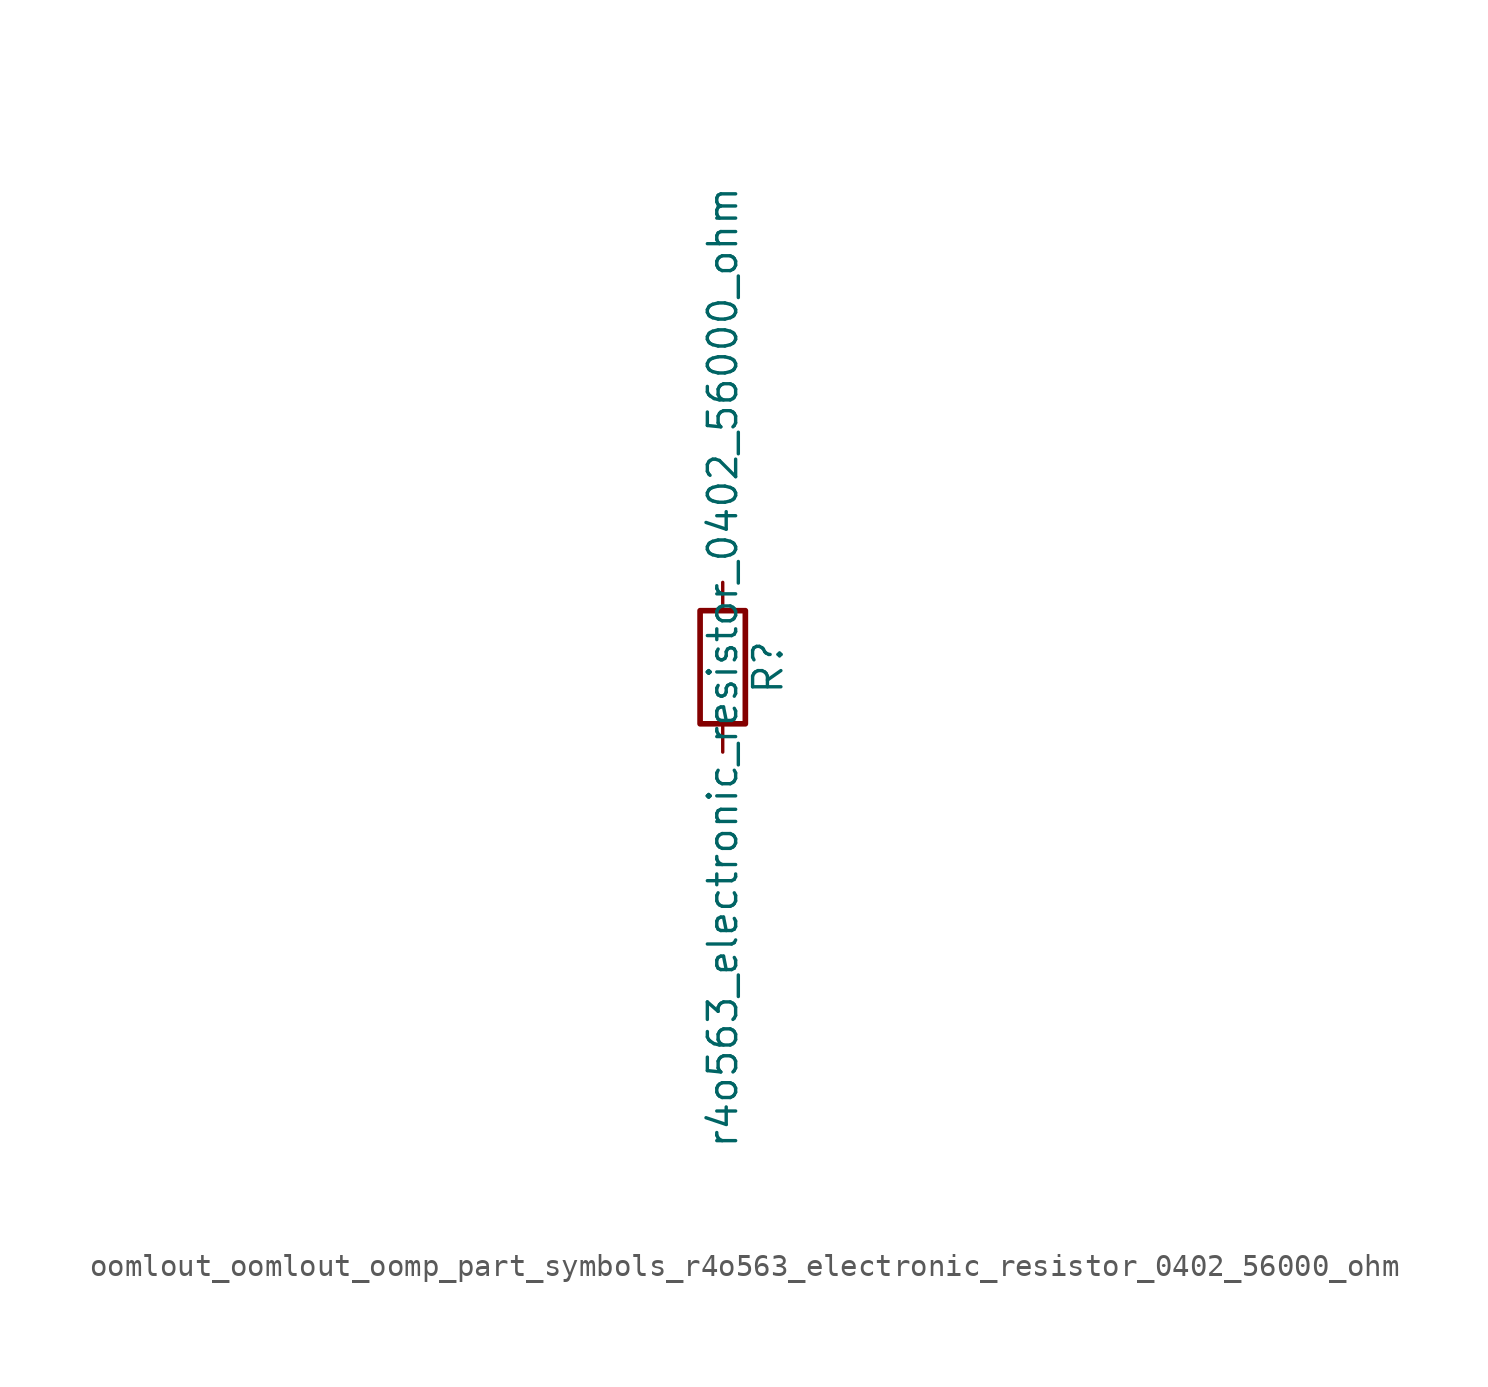
<source format=kicad_sym>
(kicad_symbol_lib
  (version 20220914)
  (generator kicad_symbol_editor)
  (symbol "oomlout_oomlout_oomp_part_symbols_r4o563_electronic_resistor_0402_56000_ohm"
    (pin_numbers hide)
    (pin_names
      (offset 0))
    (property "Reference" "R"
      (at 2.032 0 90)
      (effects (font (size 1.27 1.27))))
    (property "Value" "r4o563_electronic_resistor_0402_56000_ohm"
      (at 0 0 90)
      (effects (font (size 1.27 1.27))))
    (symbol "oomlout_oomlout_oomp_part_symbols_r4o563_electronic_resistor_0402_56000_ohm_0_1"
      (rectangle (start -1.016 -2.54) (end 1.016 2.54) (stroke (width 0.254) (type default)) (fill (type none))))
    (symbol "oomlout_oomlout_oomp_part_symbols_r4o563_electronic_resistor_0402_56000_ohm_1_1"
      (pin passive line (at 0 3.81 270) (length 1.27) (name "~" (effects (font (size 1.27 1.27)))) (number "1" (effects (font (size 1.27 1.27)))))
      (pin passive line (at 0 -3.81 90) (length 1.27) (name "~" (effects (font (size 1.27 1.27)))) (number "2" (effects (font (size 1.27 1.27))))))))
</source>
